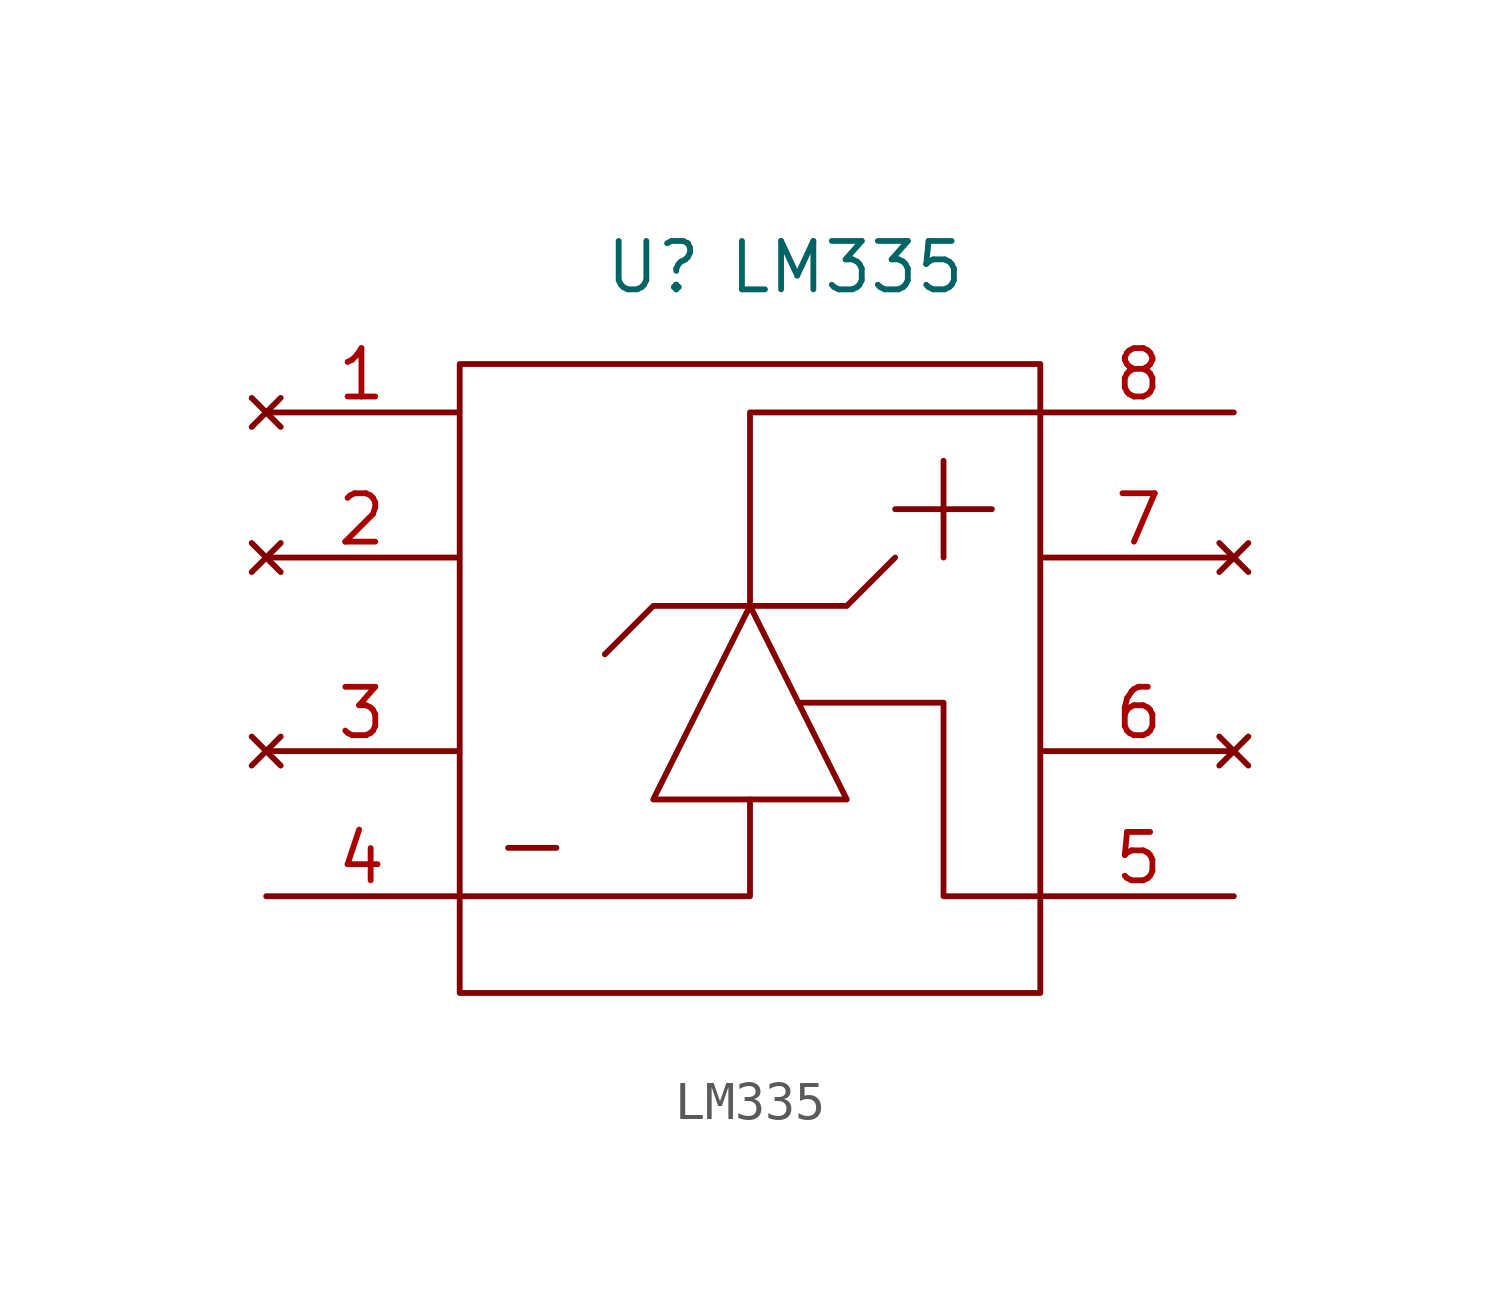
<source format=kicad_sym>
(kicad_symbol_lib
  (version 20231120)
  (generator "kicad_symbol_editor")
  (generator_version "8.0")
  (symbol "LM335"
    (property "Reference" "U"
      (at 0 0 0)
      (effects (font (size 1.27 1.27))))
    (property "Value" "LM335"
      (at 5.08 0 0)
      (effects (font (size 1.27 1.27))))
    (symbol "LM335_0_1"
      (rectangle (start -5.08 -2.54) (end 10.16 -19.05) (stroke (width 0) (type default)) (fill (type none)))
      (polyline (pts (xy -3.81 -15.24) (xy -2.54 -15.24)) (stroke (width 0) (type default)) (fill (type none)))
      (polyline (pts (xy 6.35 -6.35) (xy 8.89 -6.35)) (stroke (width 0) (type default)) (fill (type none)))
      (polyline (pts (xy 7.62 -5.08) (xy 7.62 -7.62)) (stroke (width 0) (type default)) (fill (type none)))
      (polyline (pts (xy 2.54 -13.97) (xy 2.54 -16.51) (xy -5.08 -16.51)) (stroke (width 0) (type default)) (fill (type none)))
      (polyline (pts (xy 2.54 -8.89) (xy 0 -8.89) (xy -1.27 -10.16)) (stroke (width 0) (type default)) (fill (type none)))
      (polyline (pts (xy 2.54 -8.89) (xy 2.54 -3.81) (xy 10.16 -3.81)) (stroke (width 0) (type default)) (fill (type none)))
      (polyline (pts (xy 2.54 -8.89) (xy 0 -13.97) (xy 5.08 -13.97) (xy 2.54 -8.89)) (stroke (width 0) (type default)) (fill (type none)))
      (polyline (pts (xy 2.54 -8.89) (xy 3.81 -8.89) (xy 5.08 -8.89) (xy 6.35 -7.62)) (stroke (width 0) (type default)) (fill (type none)))
      (polyline (pts (xy 3.81 -11.43) (xy 7.62 -11.43) (xy 7.62 -16.51) (xy 10.16 -16.51)) (stroke (width 0) (type default)) (fill (type none))))
    (symbol "LM335_1_1"
      (pin no_connect line (at -10.16 -3.81 0) (length 5) (name "" (effects (font (size 1.27 1.27)))) (number "1" (effects (font (size 1.27 1.27)))))
      (pin no_connect line (at -10.16 -7.62 0) (length 5) (name "" (effects (font (size 1.27 1.27)))) (number "2" (effects (font (size 1.27 1.27)))))
      (pin no_connect line (at -10.16 -12.7 0) (length 5) (name "" (effects (font (size 1.27 1.27)))) (number "3" (effects (font (size 1.27 1.27)))))
      (pin input line (at -10.16 -16.51 0) (length 5) (name "" (effects (font (size 1.27 1.27)))) (number "4" (effects (font (size 1.27 1.27)))))
      (pin input line (at 15.24 -16.51 180) (length 5) (name "" (effects (font (size 1.27 1.27)))) (number "5" (effects (font (size 1.27 1.27)))))
      (pin no_connect line (at 15.24 -12.7 180) (length 5) (name "" (effects (font (size 1.27 1.27)))) (number "6" (effects (font (size 1.27 1.27)))))
      (pin no_connect line (at 15.24 -7.62 180) (length 5) (name "" (effects (font (size 1.27 1.27)))) (number "7" (effects (font (size 1.27 1.27)))))
      (pin output line (at 15.24 -3.81 180) (length 5) (name "" (effects (font (size 1.27 1.27)))) (number "8" (effects (font (size 1.27 1.27))))))))
</source>
